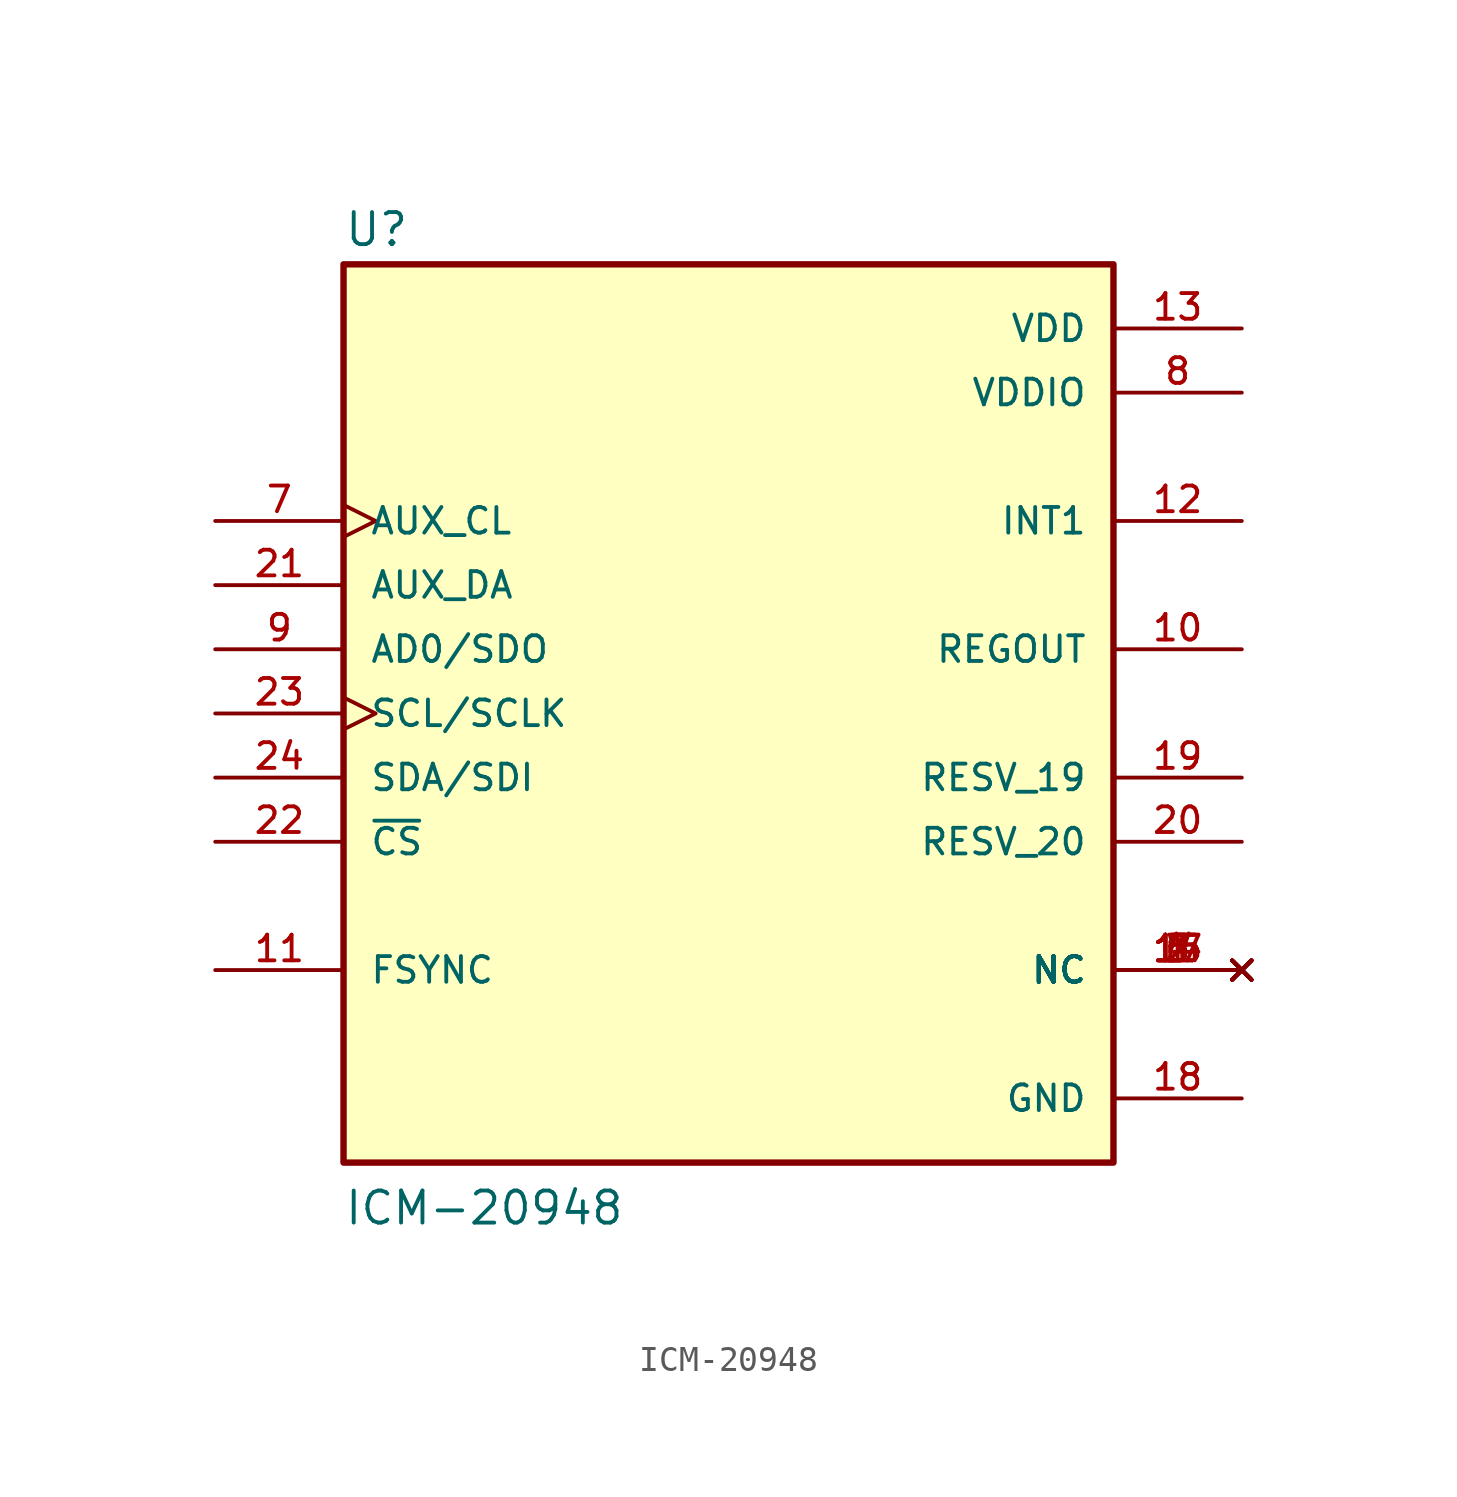
<source format=kicad_sym>
(kicad_symbol_lib
  (version 20201005)
  (generator kicad_symbol_editor)
  (symbol "ICM-20948"
    (pin_names
      (offset 1.016))
    (property "Reference" "U"
      (at -15.24 18.415 0)
      (effects (font (size 1.27 1.27)) (justify left bottom)))
    (property "Value" "ICM-20948"
      (at -15.24 -20.32 0)
      (effects (font (size 1.27 1.27)) (justify left bottom)))
    (property "ki_locked" ""
      (at 0 0 0)
      (effects (font (size 1.27 1.27))))
    (symbol "ICM-20948_0_0"
      (rectangle (start -15.24 -17.78) (end 15.24 17.78) (stroke (width 0.254)) (fill (type background)))
      (pin no_connect line (at 20.32 -10.16 180) (length 5.08) (name "NC" (effects (font (size 1.016 1.016)))) (number "1" (effects (font (size 1.016 1.016)))))
      (pin output line (at 20.32 2.54 180) (length 5.08) (name "REGOUT" (effects (font (size 1.016 1.016)))) (number "10" (effects (font (size 1.016 1.016)))))
      (pin input line (at -20.32 -10.16 0) (length 5.08) (name "FSYNC" (effects (font (size 1.016 1.016)))) (number "11" (effects (font (size 1.016 1.016)))))
      (pin output line (at 20.32 7.62 180) (length 5.08) (name "INT1" (effects (font (size 1.016 1.016)))) (number "12" (effects (font (size 1.016 1.016)))))
      (pin power_in line (at 20.32 15.24 180) (length 5.08) (name "VDD" (effects (font (size 1.016 1.016)))) (number "13" (effects (font (size 1.016 1.016)))))
      (pin no_connect line (at 20.32 -10.16 180) (length 5.08) (name "NC" (effects (font (size 1.016 1.016)))) (number "14" (effects (font (size 1.016 1.016)))))
      (pin no_connect line (at 20.32 -10.16 180) (length 5.08) (name "NC" (effects (font (size 1.016 1.016)))) (number "15" (effects (font (size 1.016 1.016)))))
      (pin no_connect line (at 20.32 -10.16 180) (length 5.08) (name "NC" (effects (font (size 1.016 1.016)))) (number "16" (effects (font (size 1.016 1.016)))))
      (pin no_connect line (at 20.32 -10.16 180) (length 5.08) (name "NC" (effects (font (size 1.016 1.016)))) (number "17" (effects (font (size 1.016 1.016)))))
      (pin power_in line (at 20.32 -15.24 180) (length 5.08) (name "GND" (effects (font (size 1.016 1.016)))) (number "18" (effects (font (size 1.016 1.016)))))
      (pin passive line (at 20.32 -2.54 180) (length 5.08) (name "RESV_19" (effects (font (size 1.016 1.016)))) (number "19" (effects (font (size 1.016 1.016)))))
      (pin no_connect line (at 20.32 -10.16 180) (length 5.08) (name "NC" (effects (font (size 1.016 1.016)))) (number "2" (effects (font (size 1.016 1.016)))))
      (pin passive line (at 20.32 -5.08 180) (length 5.08) (name "RESV_20" (effects (font (size 1.016 1.016)))) (number "20" (effects (font (size 1.016 1.016)))))
      (pin bidirectional line (at -20.32 5.08 0) (length 5.08) (name "AUX_DA" (effects (font (size 1.016 1.016)))) (number "21" (effects (font (size 1.016 1.016)))))
      (pin input line (at -20.32 -5.08 0) (length 5.08) (name "~CS" (effects (font (size 1.016 1.016)))) (number "22" (effects (font (size 1.016 1.016)))))
      (pin input clock (at -20.32 0 0) (length 5.08) (name "SCL/SCLK" (effects (font (size 1.016 1.016)))) (number "23" (effects (font (size 1.016 1.016)))))
      (pin bidirectional line (at -20.32 -2.54 0) (length 5.08) (name "SDA/SDI" (effects (font (size 1.016 1.016)))) (number "24" (effects (font (size 1.016 1.016)))))
      (pin no_connect line (at 20.32 -10.16 180) (length 5.08) (name "NC" (effects (font (size 1.016 1.016)))) (number "3" (effects (font (size 1.016 1.016)))))
      (pin no_connect line (at 20.32 -10.16 180) (length 5.08) (name "NC" (effects (font (size 1.016 1.016)))) (number "4" (effects (font (size 1.016 1.016)))))
      (pin no_connect line (at 20.32 -10.16 180) (length 5.08) (name "NC" (effects (font (size 1.016 1.016)))) (number "5" (effects (font (size 1.016 1.016)))))
      (pin no_connect line (at 20.32 -10.16 180) (length 5.08) (name "NC" (effects (font (size 1.016 1.016)))) (number "6" (effects (font (size 1.016 1.016)))))
      (pin input clock (at -20.32 7.62 0) (length 5.08) (name "AUX_CL" (effects (font (size 1.016 1.016)))) (number "7" (effects (font (size 1.016 1.016)))))
      (pin power_in line (at 20.32 12.7 180) (length 5.08) (name "VDDIO" (effects (font (size 1.016 1.016)))) (number "8" (effects (font (size 1.016 1.016)))))
      (pin bidirectional line (at -20.32 2.54 0) (length 5.08) (name "AD0/SDO" (effects (font (size 1.016 1.016)))) (number "9" (effects (font (size 1.016 1.016))))))))
</source>
